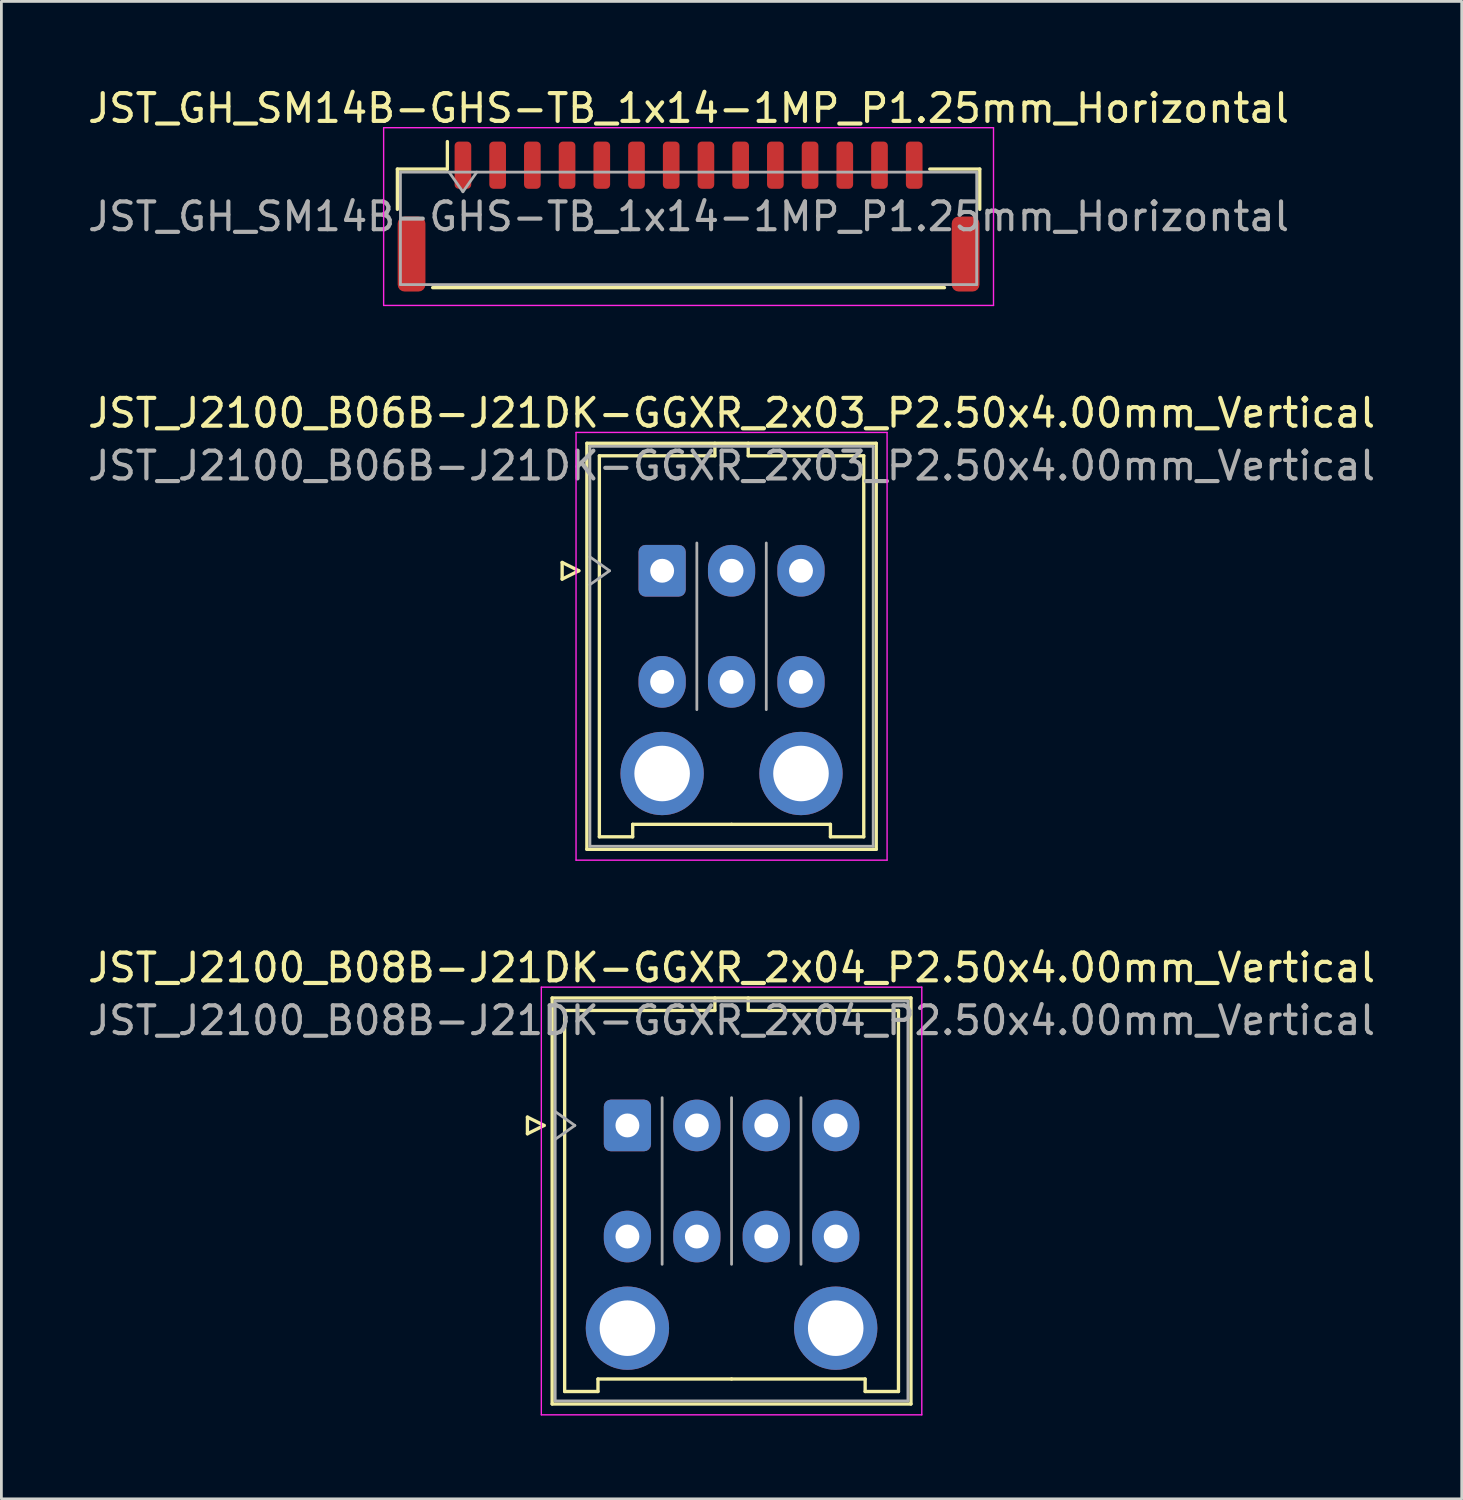
<source format=kicad_pcb>
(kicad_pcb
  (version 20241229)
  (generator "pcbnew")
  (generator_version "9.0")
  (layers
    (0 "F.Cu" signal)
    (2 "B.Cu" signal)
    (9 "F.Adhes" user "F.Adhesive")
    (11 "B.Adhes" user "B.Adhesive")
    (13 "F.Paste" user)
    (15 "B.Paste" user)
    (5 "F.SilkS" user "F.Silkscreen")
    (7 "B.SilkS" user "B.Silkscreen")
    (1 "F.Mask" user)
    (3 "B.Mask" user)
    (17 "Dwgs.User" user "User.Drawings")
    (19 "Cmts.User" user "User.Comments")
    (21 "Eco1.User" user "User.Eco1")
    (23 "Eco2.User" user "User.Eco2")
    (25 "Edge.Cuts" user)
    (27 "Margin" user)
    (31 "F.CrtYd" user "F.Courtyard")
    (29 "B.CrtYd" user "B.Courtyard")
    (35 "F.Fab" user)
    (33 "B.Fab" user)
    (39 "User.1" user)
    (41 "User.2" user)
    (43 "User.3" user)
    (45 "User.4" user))
  (footprint "JST_J2100_B08B-J21DK-GGXR_2x04_P2.50x4.00mm_Vertical"
    (layer "F.Cu")
    (at 19.542 37.475)
    (property "Reference" "JST_J2100_B08B-J21DK-GGXR_2x04_P2.50x4.00mm_Vertical" (at 3.75 -5.68 0) (layer "F.SilkS") (effects (font (size 1 1) (thickness 0.15))))
    (attr through_hole)
    (fp_line (start -3.6 -0.3) (end -3 0) (stroke (width 0.12) (type solid)) (layer "F.SilkS"))
    (fp_line (start -3.6 0.3) (end -3.6 -0.3) (stroke (width 0.12) (type solid)) (layer "F.SilkS"))
    (fp_line (start -3 0) (end -3.6 0.3) (stroke (width 0.12) (type solid)) (layer "F.SilkS"))
    (fp_line (start -2.71 -4.59) (end -2.71 10.03) (stroke (width 0.12) (type solid)) (layer "F.SilkS"))
    (fp_line (start -2.71 10.03) (end 10.21 10.03) (stroke (width 0.12) (type solid)) (layer "F.SilkS"))
    (fp_line (start -2.26 -4.14) (end -2.26 9.58) (stroke (width 0.12) (type solid)) (layer "F.SilkS"))
    (fp_line (start -2.26 9.58) (end -1.06 9.58) (stroke (width 0.12) (type solid)) (layer "F.SilkS"))
    (fp_line (start -1.06 9.13) (end 3.75 9.13) (stroke (width 0.12) (type solid)) (layer "F.SilkS"))
    (fp_line (start -1.06 9.58) (end -1.06 9.13) (stroke (width 0.12) (type solid)) (layer "F.SilkS"))
    (fp_line (start 3.15 -4.59) (end 3.15 -4.14) (stroke (width 0.12) (type solid)) (layer "F.SilkS"))
    (fp_line (start 3.15 -4.14) (end -2.26 -4.14) (stroke (width 0.12) (type solid)) (layer "F.SilkS"))
    (fp_line (start 4.35 -4.59) (end 4.35 -4.14) (stroke (width 0.12) (type solid)) (layer "F.SilkS"))
    (fp_line (start 4.35 -4.14) (end 9.76 -4.14) (stroke (width 0.12) (type solid)) (layer "F.SilkS"))
    (fp_line (start 8.56 9.13) (end 3.75 9.13) (stroke (width 0.12) (type solid)) (layer "F.SilkS"))
    (fp_line (start 8.56 9.58) (end 8.56 9.13) (stroke (width 0.12) (type solid)) (layer "F.SilkS"))
    (fp_line (start 9.76 -4.14) (end 9.76 9.58) (stroke (width 0.12) (type solid)) (layer "F.SilkS"))
    (fp_line (start 9.76 9.58) (end 8.56 9.58) (stroke (width 0.12) (type solid)) (layer "F.SilkS"))
    (fp_line (start 10.21 -4.59) (end -2.71 -4.59) (stroke (width 0.12) (type solid)) (layer "F.SilkS"))
    (fp_line (start 10.21 10.03) (end 10.21 -4.59) (stroke (width 0.12) (type solid)) (layer "F.SilkS"))
    (fp_line (start -3.1 -4.98) (end -3.1 10.42) (stroke (width 0.05) (type solid)) (layer "F.CrtYd"))
    (fp_line (start -3.1 10.42) (end 10.6 10.42) (stroke (width 0.05) (type solid)) (layer "F.CrtYd"))
    (fp_line (start 10.6 -4.98) (end -3.1 -4.98) (stroke (width 0.05) (type solid)) (layer "F.CrtYd"))
    (fp_line (start 10.6 10.42) (end 10.6 -4.98) (stroke (width 0.05) (type solid)) (layer "F.CrtYd"))
    (fp_line (start -2.6 -4.48) (end -2.6 9.92) (stroke (width 0.1) (type solid)) (layer "F.Fab"))
    (fp_line (start -2.6 0.5) (end -1.893 0) (stroke (width 0.1) (type solid)) (layer "F.Fab"))
    (fp_line (start -2.6 9.92) (end 10.1 9.92) (stroke (width 0.1) (type solid)) (layer "F.Fab"))
    (fp_line (start -1.893 0) (end -2.6 -0.5) (stroke (width 0.1) (type solid)) (layer "F.Fab"))
    (fp_line (start 1.25 5) (end 1.25 -1) (stroke (width 0.1) (type solid)) (layer "F.Fab"))
    (fp_line (start 3.75 5) (end 3.75 -1) (stroke (width 0.1) (type solid)) (layer "F.Fab"))
    (fp_line (start 6.25 5) (end 6.25 -1) (stroke (width 0.1) (type solid)) (layer "F.Fab"))
    (fp_line (start 10.1 -4.48) (end -2.6 -4.48) (stroke (width 0.1) (type solid)) (layer "F.Fab"))
    (fp_line (start 10.1 9.92) (end 10.1 -4.48) (stroke (width 0.1) (type solid)) (layer "F.Fab"))
    (fp_text user "${REFERENCE}" (at 3.75 -3.78 0) (layer "F.Fab") (effects (font (size 1 1) (thickness 0.15))))
    (pad "" thru_hole circle (at 0 7.3) (size 3 3) (drill 2) (layers "*.Cu" "*.Mask"))
    (pad "" thru_hole circle (at 7.5 7.3) (size 3 3) (drill 2) (layers "*.Cu" "*.Mask"))
    (pad "1" thru_hole roundrect (at 0 0) (size 1.7 1.86) (drill 0.86) (layers "*.Cu" "*.Mask") (roundrect_rratio 0.147))
    (pad "2" thru_hole oval (at 2.5 0) (size 1.7 1.86) (drill 0.86) (layers "*.Cu" "*.Mask"))
    (pad "3" thru_hole oval (at 5 0) (size 1.7 1.86) (drill 0.86) (layers "*.Cu" "*.Mask"))
    (pad "4" thru_hole oval (at 7.5 0) (size 1.7 1.86) (drill 0.86) (layers "*.Cu" "*.Mask"))
    (pad "5" thru_hole oval (at 0 4) (size 1.7 1.86) (drill 0.86) (layers "*.Cu" "*.Mask"))
    (pad "6" thru_hole oval (at 2.5 4) (size 1.7 1.86) (drill 0.86) (layers "*.Cu" "*.Mask"))
    (pad "7" thru_hole oval (at 5 4) (size 1.7 1.86) (drill 0.86) (layers "*.Cu" "*.Mask"))
    (pad "8" thru_hole oval (at 7.5 4) (size 1.7 1.86) (drill 0.86) (layers "*.Cu" "*.Mask")))
  (footprint "JST_GH_SM14B-GHS-TB_1x14-1MP_P1.25mm_Horizontal"
    (layer "F.Cu")
    (at 21.744 4.748)
    (property "Reference" "JST_GH_SM14B-GHS-TB_1x14-1MP_P1.25mm_Horizontal" (at 0 -3.9 0) (layer "F.SilkS") (effects (font (size 1 1) (thickness 0.15))))
    (attr smd)
    (fp_line (start -10.485 -1.71) (end -8.685 -1.71) (stroke (width 0.12) (type solid)) (layer "F.SilkS"))
    (fp_line (start -10.485 -0.26) (end -10.485 -1.71) (stroke (width 0.12) (type solid)) (layer "F.SilkS"))
    (fp_line (start -9.215 2.56) (end 9.215 2.56) (stroke (width 0.12) (type solid)) (layer "F.SilkS"))
    (fp_line (start -8.685 -1.71) (end -8.685 -2.7) (stroke (width 0.12) (type solid)) (layer "F.SilkS"))
    (fp_line (start 10.485 -1.71) (end 8.685 -1.71) (stroke (width 0.12) (type solid)) (layer "F.SilkS"))
    (fp_line (start 10.485 -0.26) (end 10.485 -1.71) (stroke (width 0.12) (type solid)) (layer "F.SilkS"))
    (fp_line (start -10.98 -3.2) (end -10.98 3.2) (stroke (width 0.05) (type solid)) (layer "F.CrtYd"))
    (fp_line (start -10.98 3.2) (end 10.98 3.2) (stroke (width 0.05) (type solid)) (layer "F.CrtYd"))
    (fp_line (start 10.98 -3.2) (end -10.98 -3.2) (stroke (width 0.05) (type solid)) (layer "F.CrtYd"))
    (fp_line (start 10.98 3.2) (end 10.98 -3.2) (stroke (width 0.05) (type solid)) (layer "F.CrtYd"))
    (fp_line (start -10.375 -1.6) (end -10.375 2.45) (stroke (width 0.1) (type solid)) (layer "F.Fab"))
    (fp_line (start -10.375 -1.6) (end 10.375 -1.6) (stroke (width 0.1) (type solid)) (layer "F.Fab"))
    (fp_line (start -10.375 2.45) (end 10.375 2.45) (stroke (width 0.1) (type solid)) (layer "F.Fab"))
    (fp_line (start -8.625 -1.6) (end -8.125 -0.893) (stroke (width 0.1) (type solid)) (layer "F.Fab"))
    (fp_line (start -8.125 -0.893) (end -7.625 -1.6) (stroke (width 0.1) (type solid)) (layer "F.Fab"))
    (fp_line (start 10.375 -1.6) (end 10.375 2.45) (stroke (width 0.1) (type solid)) (layer "F.Fab"))
    (fp_text user "${REFERENCE}" (at 0 0 0) (layer "F.Fab") (effects (font (size 1 1) (thickness 0.15))))
    (pad "1" smd roundrect (at -8.125 -1.85) (size 0.6 1.7) (layers "F.Cu" "F.Mask" "F.Paste") (roundrect_rratio 0.25))
    (pad "2" smd roundrect (at -6.875 -1.85) (size 0.6 1.7) (layers "F.Cu" "F.Mask" "F.Paste") (roundrect_rratio 0.25))
    (pad "3" smd roundrect (at -5.625 -1.85) (size 0.6 1.7) (layers "F.Cu" "F.Mask" "F.Paste") (roundrect_rratio 0.25))
    (pad "4" smd roundrect (at -4.375 -1.85) (size 0.6 1.7) (layers "F.Cu" "F.Mask" "F.Paste") (roundrect_rratio 0.25))
    (pad "5" smd roundrect (at -3.125 -1.85) (size 0.6 1.7) (layers "F.Cu" "F.Mask" "F.Paste") (roundrect_rratio 0.25))
    (pad "6" smd roundrect (at -1.875 -1.85) (size 0.6 1.7) (layers "F.Cu" "F.Mask" "F.Paste") (roundrect_rratio 0.25))
    (pad "7" smd roundrect (at -0.625 -1.85) (size 0.6 1.7) (layers "F.Cu" "F.Mask" "F.Paste") (roundrect_rratio 0.25))
    (pad "8" smd roundrect (at 0.625 -1.85) (size 0.6 1.7) (layers "F.Cu" "F.Mask" "F.Paste") (roundrect_rratio 0.25))
    (pad "9" smd roundrect (at 1.875 -1.85) (size 0.6 1.7) (layers "F.Cu" "F.Mask" "F.Paste") (roundrect_rratio 0.25))
    (pad "10" smd roundrect (at 3.125 -1.85) (size 0.6 1.7) (layers "F.Cu" "F.Mask" "F.Paste") (roundrect_rratio 0.25))
    (pad "11" smd roundrect (at 4.375 -1.85) (size 0.6 1.7) (layers "F.Cu" "F.Mask" "F.Paste") (roundrect_rratio 0.25))
    (pad "12" smd roundrect (at 5.625 -1.85) (size 0.6 1.7) (layers "F.Cu" "F.Mask" "F.Paste") (roundrect_rratio 0.25))
    (pad "13" smd roundrect (at 6.875 -1.85) (size 0.6 1.7) (layers "F.Cu" "F.Mask" "F.Paste") (roundrect_rratio 0.25))
    (pad "14" smd roundrect (at 8.125 -1.85) (size 0.6 1.7) (layers "F.Cu" "F.Mask" "F.Paste") (roundrect_rratio 0.25))
    (pad "MP" smd roundrect (at -9.975 1.35) (size 1 2.7) (layers "F.Cu" "F.Mask" "F.Paste") (roundrect_rratio 0.25))
    (pad "MP" smd roundrect (at 9.975 1.35) (size 1 2.7) (layers "F.Cu" "F.Mask" "F.Paste") (roundrect_rratio 0.25)))
  (footprint "JST_J2100_B06B-J21DK-GGXR_2x03_P2.50x4.00mm_Vertical"
    (layer "F.Cu")
    (at 20.792 17.502)
    (property "Reference" "JST_J2100_B06B-J21DK-GGXR_2x03_P2.50x4.00mm_Vertical" (at 2.5 -5.68 0) (layer "F.SilkS") (effects (font (size 1 1) (thickness 0.15))))
    (attr through_hole)
    (fp_line (start -3.6 -0.3) (end -3 0) (stroke (width 0.12) (type solid)) (layer "F.SilkS"))
    (fp_line (start -3.6 0.3) (end -3.6 -0.3) (stroke (width 0.12) (type solid)) (layer "F.SilkS"))
    (fp_line (start -3 0) (end -3.6 0.3) (stroke (width 0.12) (type solid)) (layer "F.SilkS"))
    (fp_line (start -2.71 -4.59) (end -2.71 10.03) (stroke (width 0.12) (type solid)) (layer "F.SilkS"))
    (fp_line (start -2.71 10.03) (end 7.71 10.03) (stroke (width 0.12) (type solid)) (layer "F.SilkS"))
    (fp_line (start -2.26 -4.14) (end -2.26 9.58) (stroke (width 0.12) (type solid)) (layer "F.SilkS"))
    (fp_line (start -2.26 9.58) (end -1.06 9.58) (stroke (width 0.12) (type solid)) (layer "F.SilkS"))
    (fp_line (start -1.06 9.13) (end 2.5 9.13) (stroke (width 0.12) (type solid)) (layer "F.SilkS"))
    (fp_line (start -1.06 9.58) (end -1.06 9.13) (stroke (width 0.12) (type solid)) (layer "F.SilkS"))
    (fp_line (start 1.9 -4.59) (end 1.9 -4.14) (stroke (width 0.12) (type solid)) (layer "F.SilkS"))
    (fp_line (start 1.9 -4.14) (end -2.26 -4.14) (stroke (width 0.12) (type solid)) (layer "F.SilkS"))
    (fp_line (start 3.1 -4.59) (end 3.1 -4.14) (stroke (width 0.12) (type solid)) (layer "F.SilkS"))
    (fp_line (start 3.1 -4.14) (end 7.26 -4.14) (stroke (width 0.12) (type solid)) (layer "F.SilkS"))
    (fp_line (start 6.06 9.13) (end 2.5 9.13) (stroke (width 0.12) (type solid)) (layer "F.SilkS"))
    (fp_line (start 6.06 9.58) (end 6.06 9.13) (stroke (width 0.12) (type solid)) (layer "F.SilkS"))
    (fp_line (start 7.26 -4.14) (end 7.26 9.58) (stroke (width 0.12) (type solid)) (layer "F.SilkS"))
    (fp_line (start 7.26 9.58) (end 6.06 9.58) (stroke (width 0.12) (type solid)) (layer "F.SilkS"))
    (fp_line (start 7.71 -4.59) (end -2.71 -4.59) (stroke (width 0.12) (type solid)) (layer "F.SilkS"))
    (fp_line (start 7.71 10.03) (end 7.71 -4.59) (stroke (width 0.12) (type solid)) (layer "F.SilkS"))
    (fp_line (start -3.1 -4.98) (end -3.1 10.42) (stroke (width 0.05) (type solid)) (layer "F.CrtYd"))
    (fp_line (start -3.1 10.42) (end 8.1 10.42) (stroke (width 0.05) (type solid)) (layer "F.CrtYd"))
    (fp_line (start 8.1 -4.98) (end -3.1 -4.98) (stroke (width 0.05) (type solid)) (layer "F.CrtYd"))
    (fp_line (start 8.1 10.42) (end 8.1 -4.98) (stroke (width 0.05) (type solid)) (layer "F.CrtYd"))
    (fp_line (start -2.6 -4.48) (end -2.6 9.92) (stroke (width 0.1) (type solid)) (layer "F.Fab"))
    (fp_line (start -2.6 0.5) (end -1.893 0) (stroke (width 0.1) (type solid)) (layer "F.Fab"))
    (fp_line (start -2.6 9.92) (end 7.6 9.92) (stroke (width 0.1) (type solid)) (layer "F.Fab"))
    (fp_line (start -1.893 0) (end -2.6 -0.5) (stroke (width 0.1) (type solid)) (layer "F.Fab"))
    (fp_line (start 1.25 5) (end 1.25 -1) (stroke (width 0.1) (type solid)) (layer "F.Fab"))
    (fp_line (start 3.75 5) (end 3.75 -1) (stroke (width 0.1) (type solid)) (layer "F.Fab"))
    (fp_line (start 7.6 -4.48) (end -2.6 -4.48) (stroke (width 0.1) (type solid)) (layer "F.Fab"))
    (fp_line (start 7.6 9.92) (end 7.6 -4.48) (stroke (width 0.1) (type solid)) (layer "F.Fab"))
    (fp_text user "${REFERENCE}" (at 2.5 -3.78 0) (layer "F.Fab") (effects (font (size 1 1) (thickness 0.15))))
    (pad "" thru_hole circle (at 0 7.3) (size 3 3) (drill 2) (layers "*.Cu" "*.Mask"))
    (pad "" thru_hole circle (at 5 7.3) (size 3 3) (drill 2) (layers "*.Cu" "*.Mask"))
    (pad "1" thru_hole roundrect (at 0 0) (size 1.7 1.86) (drill 0.86) (layers "*.Cu" "*.Mask") (roundrect_rratio 0.147))
    (pad "2" thru_hole oval (at 2.5 0) (size 1.7 1.86) (drill 0.86) (layers "*.Cu" "*.Mask"))
    (pad "3" thru_hole oval (at 5 0) (size 1.7 1.86) (drill 0.86) (layers "*.Cu" "*.Mask"))
    (pad "4" thru_hole oval (at 0 4) (size 1.7 1.86) (drill 0.86) (layers "*.Cu" "*.Mask"))
    (pad "5" thru_hole oval (at 2.5 4) (size 1.7 1.86) (drill 0.86) (layers "*.Cu" "*.Mask"))
    (pad "6" thru_hole oval (at 5 4) (size 1.7 1.86) (drill 0.86) (layers "*.Cu" "*.Mask")))
  (gr_rect
    (start -3 -3)
    (end 49.583 50.92)
    (stroke (width 0.1) (type default))
    (fill no)
    (layer "Edge.Cuts")))
</source>
